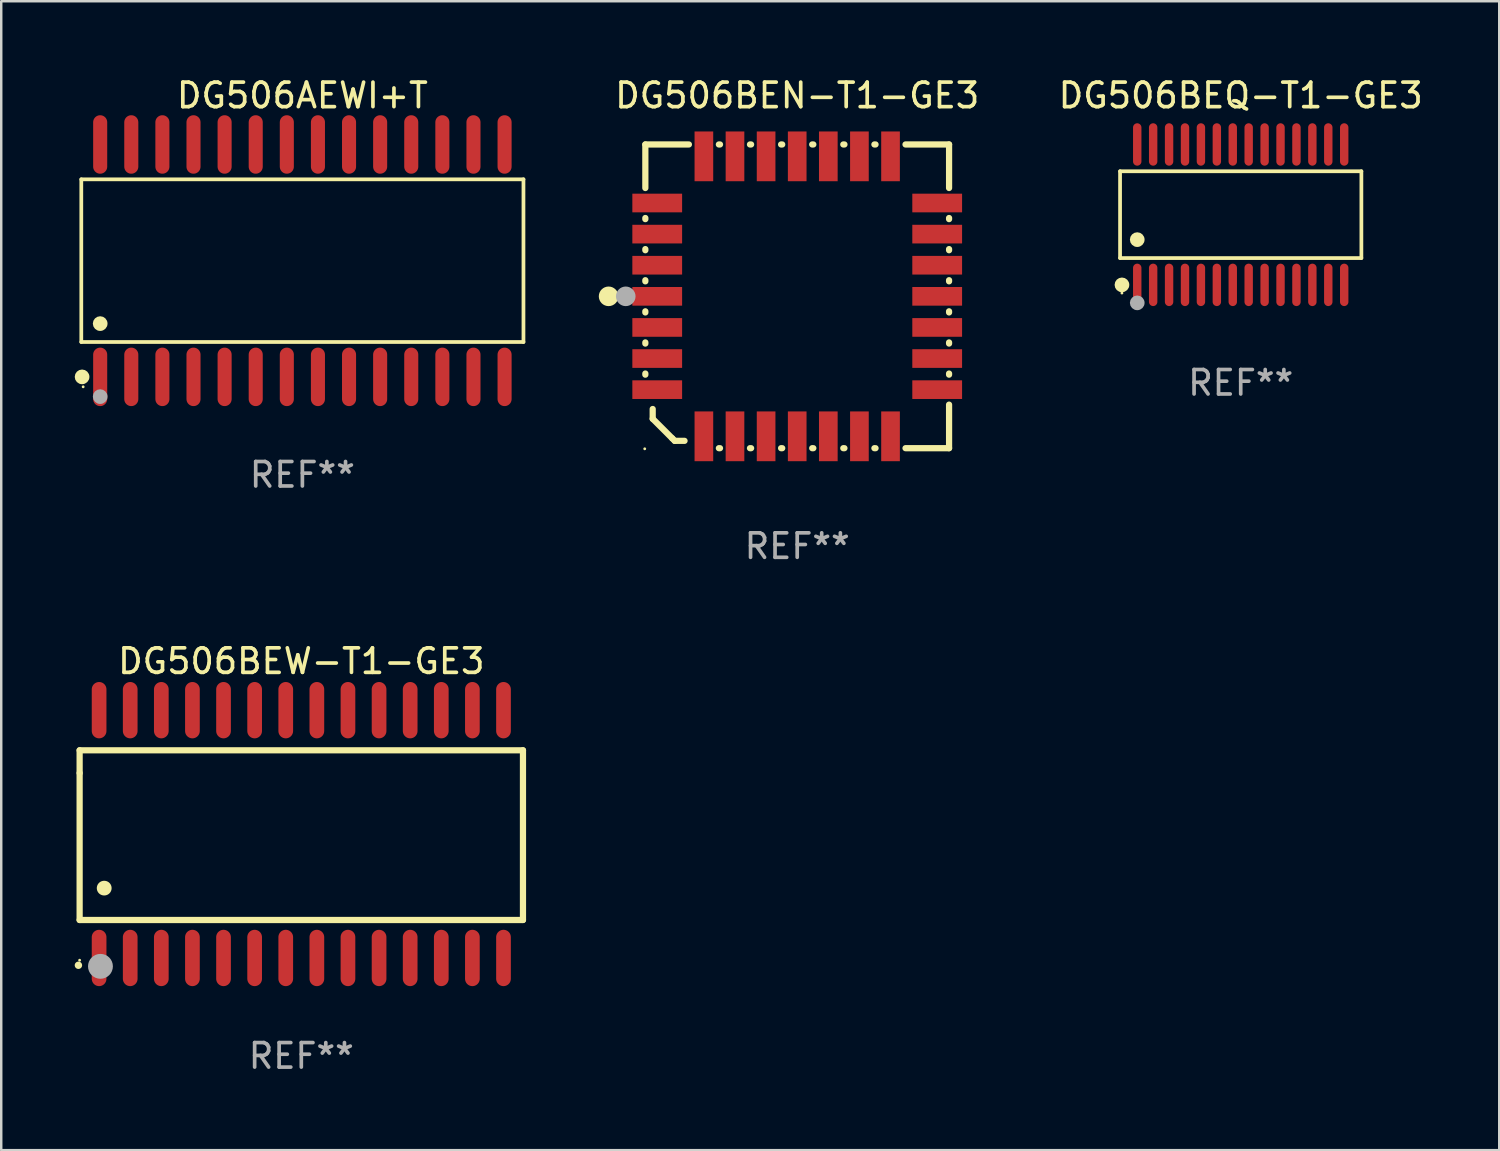
<source format=kicad_pcb>
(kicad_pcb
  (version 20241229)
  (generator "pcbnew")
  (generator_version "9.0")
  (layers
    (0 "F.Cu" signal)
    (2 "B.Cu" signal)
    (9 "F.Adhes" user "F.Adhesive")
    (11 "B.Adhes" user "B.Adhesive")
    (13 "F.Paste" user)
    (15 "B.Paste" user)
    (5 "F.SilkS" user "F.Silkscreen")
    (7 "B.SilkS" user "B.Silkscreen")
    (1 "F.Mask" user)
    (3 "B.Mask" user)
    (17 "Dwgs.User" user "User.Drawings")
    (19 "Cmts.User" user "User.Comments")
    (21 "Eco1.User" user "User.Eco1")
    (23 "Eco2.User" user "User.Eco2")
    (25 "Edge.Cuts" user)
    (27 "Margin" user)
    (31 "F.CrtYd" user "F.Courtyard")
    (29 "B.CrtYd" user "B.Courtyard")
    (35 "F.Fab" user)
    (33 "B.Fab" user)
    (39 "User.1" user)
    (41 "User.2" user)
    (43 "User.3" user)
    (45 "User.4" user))
  (footprint "DG506AEWI+T"
    (layer "F.Cu")
    (at 9.295 7.592)
    (property "Reference" "DG506AEWI+T" (at 0 -6.744 0) (layer "F.SilkS") (effects (font (size 1 1) (thickness 0.15))))
    (attr through_hole)
    (fp_line (start -9.026 -3.321) (end 9.026 -3.321) (stroke (width 0.152) (type solid)) (layer "F.SilkS"))
    (fp_line (start -9.026 3.321) (end -9.026 -3.321) (stroke (width 0.152) (type solid)) (layer "F.SilkS"))
    (fp_line (start 9.026 -3.321) (end 9.026 3.321) (stroke (width 0.152) (type solid)) (layer "F.SilkS"))
    (fp_line (start 9.026 3.321) (end -9.026 3.321) (stroke (width 0.152) (type solid)) (layer "F.SilkS"))
    (fp_circle (center -8.994 4.744) (end -8.844 4.744) (stroke (width 0.3) (type solid)) (fill no) (layer "F.SilkS"))
    (fp_circle (center -8.95 5.15) (end -8.92 5.15) (stroke (width 0.06) (type solid)) (fill no) (layer "F.SilkS"))
    (fp_circle (center -8.255 2.569) (end -8.105 2.569) (stroke (width 0.3) (type solid)) (fill no) (layer "F.SilkS"))
    (fp_circle (center -8.255 5.55) (end -8.105 5.55) (stroke (width 0.3) (type solid)) (fill no) (layer "F.Fab"))
    (fp_text user "REF**" (at 0 8.744 0) (layer "F.Fab") (effects (font (size 1 1) (thickness 0.15))))
    (pad "1" smd oval (at -8.255 4.744) (size 0.574 2.388) (layers "F.Cu" "F.Mask" "F.Paste"))
    (pad "2" smd oval (at -6.985 4.744) (size 0.574 2.388) (layers "F.Cu" "F.Mask" "F.Paste"))
    (pad "3" smd oval (at -5.715 4.744) (size 0.574 2.388) (layers "F.Cu" "F.Mask" "F.Paste"))
    (pad "4" smd oval (at -4.445 4.744) (size 0.574 2.388) (layers "F.Cu" "F.Mask" "F.Paste"))
    (pad "5" smd oval (at -3.175 4.744) (size 0.574 2.388) (layers "F.Cu" "F.Mask" "F.Paste"))
    (pad "6" smd oval (at -1.905 4.744) (size 0.574 2.388) (layers "F.Cu" "F.Mask" "F.Paste"))
    (pad "7" smd oval (at -0.635 4.744) (size 0.574 2.388) (layers "F.Cu" "F.Mask" "F.Paste"))
    (pad "8" smd oval (at 0.635 4.744) (size 0.574 2.388) (layers "F.Cu" "F.Mask" "F.Paste"))
    (pad "9" smd oval (at 1.905 4.744) (size 0.574 2.388) (layers "F.Cu" "F.Mask" "F.Paste"))
    (pad "10" smd oval (at 3.175 4.744) (size 0.574 2.388) (layers "F.Cu" "F.Mask" "F.Paste"))
    (pad "11" smd oval (at 4.445 4.744) (size 0.574 2.388) (layers "F.Cu" "F.Mask" "F.Paste"))
    (pad "12" smd oval (at 5.715 4.744) (size 0.574 2.388) (layers "F.Cu" "F.Mask" "F.Paste"))
    (pad "13" smd oval (at 6.985 4.744) (size 0.574 2.388) (layers "F.Cu" "F.Mask" "F.Paste"))
    (pad "14" smd oval (at 8.255 4.744) (size 0.574 2.388) (layers "F.Cu" "F.Mask" "F.Paste"))
    (pad "15" smd oval (at 8.255 -4.744) (size 0.574 2.388) (layers "F.Cu" "F.Mask" "F.Paste"))
    (pad "16" smd oval (at 6.985 -4.744) (size 0.574 2.388) (layers "F.Cu" "F.Mask" "F.Paste"))
    (pad "17" smd oval (at 5.715 -4.744) (size 0.574 2.388) (layers "F.Cu" "F.Mask" "F.Paste"))
    (pad "18" smd oval (at 4.445 -4.744) (size 0.574 2.388) (layers "F.Cu" "F.Mask" "F.Paste"))
    (pad "19" smd oval (at 3.175 -4.744) (size 0.574 2.388) (layers "F.Cu" "F.Mask" "F.Paste"))
    (pad "20" smd oval (at 1.905 -4.744) (size 0.574 2.388) (layers "F.Cu" "F.Mask" "F.Paste"))
    (pad "21" smd oval (at 0.635 -4.744) (size 0.574 2.388) (layers "F.Cu" "F.Mask" "F.Paste"))
    (pad "22" smd oval (at -0.635 -4.744) (size 0.574 2.388) (layers "F.Cu" "F.Mask" "F.Paste"))
    (pad "23" smd oval (at -1.905 -4.744) (size 0.574 2.388) (layers "F.Cu" "F.Mask" "F.Paste"))
    (pad "24" smd oval (at -3.175 -4.744) (size 0.574 2.388) (layers "F.Cu" "F.Mask" "F.Paste"))
    (pad "25" smd oval (at -4.445 -4.744) (size 0.574 2.388) (layers "F.Cu" "F.Mask" "F.Paste"))
    (pad "26" smd oval (at -5.715 -4.744) (size 0.574 2.388) (layers "F.Cu" "F.Mask" "F.Paste"))
    (pad "27" smd oval (at -6.985 -4.744) (size 0.574 2.388) (layers "F.Cu" "F.Mask" "F.Paste"))
    (pad "28" smd oval (at -8.255 -4.744) (size 0.574 2.388) (layers "F.Cu" "F.Mask" "F.Paste")))
  (footprint "DG506BEQ-T1-GE3"
    (layer "F.Cu")
    (at 47.604 5.714)
    (property "Reference" "DG506BEQ-T1-GE3" (at 0 -4.866 0) (layer "F.SilkS") (effects (font (size 1 1) (thickness 0.15))))
    (attr through_hole)
    (fp_line (start -4.926 -1.772) (end 4.926 -1.772) (stroke (width 0.152) (type solid)) (layer "F.SilkS"))
    (fp_line (start -4.926 1.771) (end -4.926 -1.772) (stroke (width 0.152) (type solid)) (layer "F.SilkS"))
    (fp_line (start 4.926 -1.772) (end 4.926 1.771) (stroke (width 0.152) (type solid)) (layer "F.SilkS"))
    (fp_line (start 4.926 1.771) (end -4.926 1.771) (stroke (width 0.152) (type solid)) (layer "F.SilkS"))
    (fp_circle (center -4.85 3.2) (end -4.82 3.2) (stroke (width 0.06) (type solid)) (fill no) (layer "F.SilkS"))
    (fp_circle (center -4.849 2.866) (end -4.699 2.866) (stroke (width 0.3) (type solid)) (fill no) (layer "F.SilkS"))
    (fp_circle (center -4.225 1.019) (end -4.075 1.019) (stroke (width 0.3) (type solid)) (fill no) (layer "F.SilkS"))
    (fp_circle (center -4.225 3.6) (end -4.075 3.6) (stroke (width 0.3) (type solid)) (fill no) (layer "F.Fab"))
    (fp_text user "REF**" (at 0 6.866 0) (layer "F.Fab") (effects (font (size 1 1) (thickness 0.15))))
    (pad "1" smd oval (at -4.225 2.866) (size 0.343 1.731) (layers "F.Cu" "F.Mask" "F.Paste"))
    (pad "2" smd oval (at -3.575 2.866) (size 0.343 1.731) (layers "F.Cu" "F.Mask" "F.Paste"))
    (pad "3" smd oval (at -2.925 2.866) (size 0.343 1.731) (layers "F.Cu" "F.Mask" "F.Paste"))
    (pad "4" smd oval (at -2.275 2.866) (size 0.343 1.731) (layers "F.Cu" "F.Mask" "F.Paste"))
    (pad "5" smd oval (at -1.625 2.866) (size 0.343 1.731) (layers "F.Cu" "F.Mask" "F.Paste"))
    (pad "6" smd oval (at -0.975 2.866) (size 0.343 1.731) (layers "F.Cu" "F.Mask" "F.Paste"))
    (pad "7" smd oval (at -0.325 2.866) (size 0.343 1.731) (layers "F.Cu" "F.Mask" "F.Paste"))
    (pad "8" smd oval (at 0.325 2.866) (size 0.343 1.731) (layers "F.Cu" "F.Mask" "F.Paste"))
    (pad "9" smd oval (at 0.975 2.866) (size 0.343 1.731) (layers "F.Cu" "F.Mask" "F.Paste"))
    (pad "10" smd oval (at 1.625 2.866) (size 0.343 1.731) (layers "F.Cu" "F.Mask" "F.Paste"))
    (pad "11" smd oval (at 2.275 2.866) (size 0.343 1.731) (layers "F.Cu" "F.Mask" "F.Paste"))
    (pad "12" smd oval (at 2.925 2.866) (size 0.343 1.731) (layers "F.Cu" "F.Mask" "F.Paste"))
    (pad "13" smd oval (at 3.575 2.866) (size 0.343 1.731) (layers "F.Cu" "F.Mask" "F.Paste"))
    (pad "14" smd oval (at 4.225 2.866) (size 0.343 1.731) (layers "F.Cu" "F.Mask" "F.Paste"))
    (pad "15" smd oval (at 4.225 -2.866) (size 0.343 1.731) (layers "F.Cu" "F.Mask" "F.Paste"))
    (pad "16" smd oval (at 3.575 -2.866) (size 0.343 1.731) (layers "F.Cu" "F.Mask" "F.Paste"))
    (pad "17" smd oval (at 2.925 -2.866) (size 0.343 1.731) (layers "F.Cu" "F.Mask" "F.Paste"))
    (pad "18" smd oval (at 2.275 -2.866) (size 0.343 1.731) (layers "F.Cu" "F.Mask" "F.Paste"))
    (pad "19" smd oval (at 1.625 -2.866) (size 0.343 1.731) (layers "F.Cu" "F.Mask" "F.Paste"))
    (pad "20" smd oval (at 0.975 -2.866) (size 0.343 1.731) (layers "F.Cu" "F.Mask" "F.Paste"))
    (pad "21" smd oval (at 0.325 -2.866) (size 0.343 1.731) (layers "F.Cu" "F.Mask" "F.Paste"))
    (pad "22" smd oval (at -0.325 -2.866) (size 0.343 1.731) (layers "F.Cu" "F.Mask" "F.Paste"))
    (pad "23" smd oval (at -0.975 -2.866) (size 0.343 1.731) (layers "F.Cu" "F.Mask" "F.Paste"))
    (pad "24" smd oval (at -1.625 -2.866) (size 0.343 1.731) (layers "F.Cu" "F.Mask" "F.Paste"))
    (pad "25" smd oval (at -2.275 -2.866) (size 0.343 1.731) (layers "F.Cu" "F.Mask" "F.Paste"))
    (pad "26" smd oval (at -2.925 -2.866) (size 0.343 1.731) (layers "F.Cu" "F.Mask" "F.Paste"))
    (pad "27" smd oval (at -3.575 -2.866) (size 0.343 1.731) (layers "F.Cu" "F.Mask" "F.Paste"))
    (pad "28" smd oval (at -4.225 -2.866) (size 0.343 1.731) (layers "F.Cu" "F.Mask" "F.Paste")))
  (footprint "DG506BEN-T1-GE3"
    (layer "F.Cu")
    (at 29.497 9.048)
    (property "Reference" "DG506BEN-T1-GE3" (at 0 -8.2 0) (layer "F.SilkS") (effects (font (size 1 1) (thickness 0.15))))
    (attr through_hole)
    (fp_line (start -6.2 -6.2) (end -4.422 -6.2) (stroke (width 0.254) (type solid)) (layer "F.SilkS"))
    (fp_line (start -6.2 -4.422) (end -6.2 -6.2) (stroke (width 0.254) (type solid)) (layer "F.SilkS"))
    (fp_line (start -6.2 -3.152) (end -6.2 -3.198) (stroke (width 0.254) (type solid)) (layer "F.SilkS"))
    (fp_line (start -6.2 -1.882) (end -6.2 -1.928) (stroke (width 0.254) (type solid)) (layer "F.SilkS"))
    (fp_line (start -6.2 -0.612) (end -6.2 -0.658) (stroke (width 0.254) (type solid)) (layer "F.SilkS"))
    (fp_line (start -6.2 0.658) (end -6.2 0.612) (stroke (width 0.254) (type solid)) (layer "F.SilkS"))
    (fp_line (start -6.2 1.928) (end -6.2 1.882) (stroke (width 0.254) (type solid)) (layer "F.SilkS"))
    (fp_line (start -6.2 3.198) (end -6.2 3.152) (stroke (width 0.254) (type solid)) (layer "F.SilkS"))
    (fp_line (start -5.9 4.6) (end -5.9 5) (stroke (width 0.254) (type solid)) (layer "F.SilkS"))
    (fp_line (start -5.9 5) (end -5.1 5.8) (stroke (width 0.254) (type solid)) (layer "F.SilkS"))
    (fp_line (start -5.1 5.8) (end -5 5.9) (stroke (width 0.254) (type solid)) (layer "F.SilkS"))
    (fp_line (start -5 5.9) (end -4.6 5.9) (stroke (width 0.254) (type solid)) (layer "F.SilkS"))
    (fp_line (start -3.198 -6.2) (end -3.152 -6.2) (stroke (width 0.254) (type solid)) (layer "F.SilkS"))
    (fp_line (start -3.152 6.2) (end -3.198 6.2) (stroke (width 0.254) (type solid)) (layer "F.SilkS"))
    (fp_line (start -1.928 -6.2) (end -1.882 -6.2) (stroke (width 0.254) (type solid)) (layer "F.SilkS"))
    (fp_line (start -1.882 6.2) (end -1.928 6.2) (stroke (width 0.254) (type solid)) (layer "F.SilkS"))
    (fp_line (start -0.658 -6.2) (end -0.612 -6.2) (stroke (width 0.254) (type solid)) (layer "F.SilkS"))
    (fp_line (start -0.612 6.2) (end -0.658 6.2) (stroke (width 0.254) (type solid)) (layer "F.SilkS"))
    (fp_line (start 0.612 -6.2) (end 0.658 -6.2) (stroke (width 0.254) (type solid)) (layer "F.SilkS"))
    (fp_line (start 0.658 6.2) (end 0.612 6.2) (stroke (width 0.254) (type solid)) (layer "F.SilkS"))
    (fp_line (start 1.882 -6.2) (end 1.928 -6.2) (stroke (width 0.254) (type solid)) (layer "F.SilkS"))
    (fp_line (start 1.928 6.2) (end 1.882 6.2) (stroke (width 0.254) (type solid)) (layer "F.SilkS"))
    (fp_line (start 3.152 -6.2) (end 3.198 -6.2) (stroke (width 0.254) (type solid)) (layer "F.SilkS"))
    (fp_line (start 3.198 6.2) (end 3.152 6.2) (stroke (width 0.254) (type solid)) (layer "F.SilkS"))
    (fp_line (start 4.422 -6.2) (end 6.2 -6.2) (stroke (width 0.254) (type solid)) (layer "F.SilkS"))
    (fp_line (start 6.2 -6.2) (end 6.2 -4.422) (stroke (width 0.254) (type solid)) (layer "F.SilkS"))
    (fp_line (start 6.2 -3.198) (end 6.2 -3.152) (stroke (width 0.254) (type solid)) (layer "F.SilkS"))
    (fp_line (start 6.2 -1.928) (end 6.2 -1.882) (stroke (width 0.254) (type solid)) (layer "F.SilkS"))
    (fp_line (start 6.2 -0.658) (end 6.2 -0.612) (stroke (width 0.254) (type solid)) (layer "F.SilkS"))
    (fp_line (start 6.2 0.612) (end 6.2 0.658) (stroke (width 0.254) (type solid)) (layer "F.SilkS"))
    (fp_line (start 6.2 1.882) (end 6.2 1.928) (stroke (width 0.254) (type solid)) (layer "F.SilkS"))
    (fp_line (start 6.2 3.152) (end 6.2 3.198) (stroke (width 0.254) (type solid)) (layer "F.SilkS"))
    (fp_line (start 6.2 4.422) (end 6.2 6.2) (stroke (width 0.254) (type solid)) (layer "F.SilkS"))
    (fp_line (start 6.2 6.2) (end 4.422 6.2) (stroke (width 0.254) (type solid)) (layer "F.SilkS"))
    (fp_circle (center -7.7 0) (end -7.5 0) (stroke (width 0.4) (type solid)) (fill no) (layer "F.SilkS"))
    (fp_circle (center -6.225 6.225) (end -6.195 6.225) (stroke (width 0.06) (type solid)) (fill no) (layer "F.SilkS"))
    (fp_circle (center -7 0) (end -6.8 0) (stroke (width 0.4) (type solid)) (fill no) (layer "F.Fab"))
    (fp_text user "REF**" (at 0 10.2 0) (layer "F.Fab") (effects (font (size 1 1) (thickness 0.15))))
    (pad "1" smd rect (at -5.715 0) (size 2.032 0.762) (layers "F.Cu" "F.Mask" "F.Paste"))
    (pad "2" smd rect (at -5.715 1.27) (size 2.032 0.762) (layers "F.Cu" "F.Mask" "F.Paste"))
    (pad "3" smd rect (at -5.715 2.54) (size 2.032 0.762) (layers "F.Cu" "F.Mask" "F.Paste"))
    (pad "4" smd rect (at -5.715 3.81) (size 2.032 0.762) (layers "F.Cu" "F.Mask" "F.Paste"))
    (pad "5" smd rect (at -3.81 5.715) (size 0.762 2.032) (layers "F.Cu" "F.Mask" "F.Paste"))
    (pad "6" smd rect (at -2.54 5.715) (size 0.762 2.032) (layers "F.Cu" "F.Mask" "F.Paste"))
    (pad "7" smd rect (at -1.27 5.715) (size 0.762 2.032) (layers "F.Cu" "F.Mask" "F.Paste"))
    (pad "8" smd rect (at 0 5.715) (size 0.762 2.032) (layers "F.Cu" "F.Mask" "F.Paste"))
    (pad "9" smd rect (at 1.27 5.715) (size 0.762 2.032) (layers "F.Cu" "F.Mask" "F.Paste"))
    (pad "10" smd rect (at 2.54 5.715) (size 0.762 2.032) (layers "F.Cu" "F.Mask" "F.Paste"))
    (pad "11" smd rect (at 3.81 5.715) (size 0.762 2.032) (layers "F.Cu" "F.Mask" "F.Paste"))
    (pad "12" smd rect (at 5.715 3.81) (size 2.032 0.762) (layers "F.Cu" "F.Mask" "F.Paste"))
    (pad "13" smd rect (at 5.715 2.54) (size 2.032 0.762) (layers "F.Cu" "F.Mask" "F.Paste"))
    (pad "14" smd rect (at 5.715 1.27) (size 2.032 0.762) (layers "F.Cu" "F.Mask" "F.Paste"))
    (pad "15" smd rect (at 5.715 0) (size 2.032 0.762) (layers "F.Cu" "F.Mask" "F.Paste"))
    (pad "16" smd rect (at 5.715 -1.27) (size 2.032 0.762) (layers "F.Cu" "F.Mask" "F.Paste"))
    (pad "17" smd rect (at 5.715 -2.54) (size 2.032 0.762) (layers "F.Cu" "F.Mask" "F.Paste"))
    (pad "18" smd rect (at 5.715 -3.81) (size 2.032 0.762) (layers "F.Cu" "F.Mask" "F.Paste"))
    (pad "19" smd rect (at 3.81 -5.715) (size 0.762 2.032) (layers "F.Cu" "F.Mask" "F.Paste"))
    (pad "20" smd rect (at 2.54 -5.715) (size 0.762 2.032) (layers "F.Cu" "F.Mask" "F.Paste"))
    (pad "21" smd rect (at 1.27 -5.715) (size 0.762 2.032) (layers "F.Cu" "F.Mask" "F.Paste"))
    (pad "22" smd rect (at 0 -5.715) (size 0.762 2.032) (layers "F.Cu" "F.Mask" "F.Paste"))
    (pad "23" smd rect (at -1.27 -5.715) (size 0.762 2.032) (layers "F.Cu" "F.Mask" "F.Paste"))
    (pad "24" smd rect (at -2.54 -5.715) (size 0.762 2.032) (layers "F.Cu" "F.Mask" "F.Paste"))
    (pad "25" smd rect (at -3.81 -5.715) (size 0.762 2.032) (layers "F.Cu" "F.Mask" "F.Paste"))
    (pad "26" smd rect (at -5.715 -3.81) (size 2.032 0.762) (layers "F.Cu" "F.Mask" "F.Paste"))
    (pad "27" smd rect (at -5.715 -2.54) (size 2.032 0.762) (layers "F.Cu" "F.Mask" "F.Paste"))
    (pad "28" smd rect (at -5.715 -1.27) (size 2.032 0.762) (layers "F.Cu" "F.Mask" "F.Paste")))
  (footprint "DG506BEW-T1-GE3"
    (layer "F.Cu")
    (at 9.251 31.002)
    (property "Reference" "DG506BEW-T1-GE3" (at 0 -7.058 0) (layer "F.SilkS") (effects (font (size 1 1) (thickness 0.15))))
    (attr through_hole)
    (fp_line (start -9.05 -3.42) (end 9.05 -3.42) (stroke (width 0.254) (type solid)) (layer "F.SilkS"))
    (fp_line (start -9.05 -2.492) (end -9.05 -3.42) (stroke (width 0.254) (type solid)) (layer "F.SilkS"))
    (fp_line (start -9.05 3.508) (end -9.05 -2.492) (stroke (width 0.254) (type solid)) (layer "F.SilkS"))
    (fp_line (start 9.05 -3.42) (end 9.05 3.508) (stroke (width 0.254) (type solid)) (layer "F.SilkS"))
    (fp_line (start 9.05 3.508) (end -9.05 3.508) (stroke (width 0.254) (type solid)) (layer "F.SilkS"))
    (fp_arc (start -9.100838 5.35649) (mid -9.099568 5.356485) (end -9.098298 5.35649) (stroke (width 0.3) (type solid)) (layer "F.SilkS"))
    (fp_arc (start -8.049276 2.206883) (mid -8.046736 2.206872) (end -8.044196 2.206883) (stroke (width 0.6) (type solid)) (layer "F.SilkS"))
    (fp_circle (center -9.05 5.15) (end -9.02 5.15) (stroke (width 0.06) (type solid)) (fill no) (layer "F.SilkS"))
    (fp_circle (center -8.2 5.4) (end -7.946 5.4) (stroke (width 0.508) (type solid)) (fill no) (layer "F.Fab"))
    (fp_text user "REF**" (at 0 9.058 0) (layer "F.Fab") (effects (font (size 1 1) (thickness 0.15))))
    (pad "1" smd oval (at -8.255 5.058 180) (size 0.6 2.3) (layers "F.Cu" "F.Mask" "F.Paste"))
    (pad "2" smd oval (at -6.985 5.058 180) (size 0.6 2.3) (layers "F.Cu" "F.Mask" "F.Paste"))
    (pad "3" smd oval (at -5.715 5.058 180) (size 0.6 2.3) (layers "F.Cu" "F.Mask" "F.Paste"))
    (pad "4" smd oval (at -4.445 5.058 180) (size 0.6 2.3) (layers "F.Cu" "F.Mask" "F.Paste"))
    (pad "5" smd oval (at -3.175 5.058 180) (size 0.6 2.3) (layers "F.Cu" "F.Mask" "F.Paste"))
    (pad "6" smd oval (at -1.905 5.058 180) (size 0.6 2.3) (layers "F.Cu" "F.Mask" "F.Paste"))
    (pad "7" smd oval (at -0.635 5.058 180) (size 0.6 2.3) (layers "F.Cu" "F.Mask" "F.Paste"))
    (pad "8" smd oval (at 0.635 5.058 180) (size 0.6 2.3) (layers "F.Cu" "F.Mask" "F.Paste"))
    (pad "9" smd oval (at 1.905 5.058 180) (size 0.6 2.3) (layers "F.Cu" "F.Mask" "F.Paste"))
    (pad "10" smd oval (at 3.175 5.058 180) (size 0.6 2.3) (layers "F.Cu" "F.Mask" "F.Paste"))
    (pad "11" smd oval (at 4.445 5.058 180) (size 0.6 2.3) (layers "F.Cu" "F.Mask" "F.Paste"))
    (pad "12" smd oval (at 5.715 5.058 180) (size 0.6 2.3) (layers "F.Cu" "F.Mask" "F.Paste"))
    (pad "13" smd oval (at 6.985 5.058 180) (size 0.6 2.3) (layers "F.Cu" "F.Mask" "F.Paste"))
    (pad "14" smd oval (at 8.255 5.058 180) (size 0.6 2.3) (layers "F.Cu" "F.Mask" "F.Paste"))
    (pad "15" smd oval (at 8.255 -5.058 180) (size 0.6 2.3) (layers "F.Cu" "F.Mask" "F.Paste"))
    (pad "16" smd oval (at 6.985 -5.058 180) (size 0.6 2.3) (layers "F.Cu" "F.Mask" "F.Paste"))
    (pad "17" smd oval (at 5.715 -5.058 180) (size 0.6 2.3) (layers "F.Cu" "F.Mask" "F.Paste"))
    (pad "18" smd oval (at 4.445 -5.058 180) (size 0.6 2.3) (layers "F.Cu" "F.Mask" "F.Paste"))
    (pad "19" smd oval (at 3.175 -5.058 180) (size 0.6 2.3) (layers "F.Cu" "F.Mask" "F.Paste"))
    (pad "20" smd oval (at 1.905 -5.058 180) (size 0.6 2.3) (layers "F.Cu" "F.Mask" "F.Paste"))
    (pad "21" smd oval (at 0.635 -5.058 180) (size 0.6 2.3) (layers "F.Cu" "F.Mask" "F.Paste"))
    (pad "22" smd oval (at -0.635 -5.058 180) (size 0.6 2.3) (layers "F.Cu" "F.Mask" "F.Paste"))
    (pad "23" smd oval (at -1.905 -5.058 180) (size 0.6 2.3) (layers "F.Cu" "F.Mask" "F.Paste"))
    (pad "24" smd oval (at -3.175 -5.058 180) (size 0.6 2.3) (layers "F.Cu" "F.Mask" "F.Paste"))
    (pad "25" smd oval (at -4.445 -5.058 180) (size 0.6 2.3) (layers "F.Cu" "F.Mask" "F.Paste"))
    (pad "26" smd oval (at -5.715 -5.058 180) (size 0.6 2.3) (layers "F.Cu" "F.Mask" "F.Paste"))
    (pad "27" smd oval (at -6.985 -5.058 180) (size 0.6 2.3) (layers "F.Cu" "F.Mask" "F.Paste"))
    (pad "28" smd oval (at -8.255 -5.058 180) (size 0.6 2.3) (layers "F.Cu" "F.Mask" "F.Paste")))
  (gr_rect
    (start -3 -3)
    (end 58.158 43.908)
    (stroke (width 0.1) (type default))
    (fill no)
    (layer "Edge.Cuts")))
</source>
